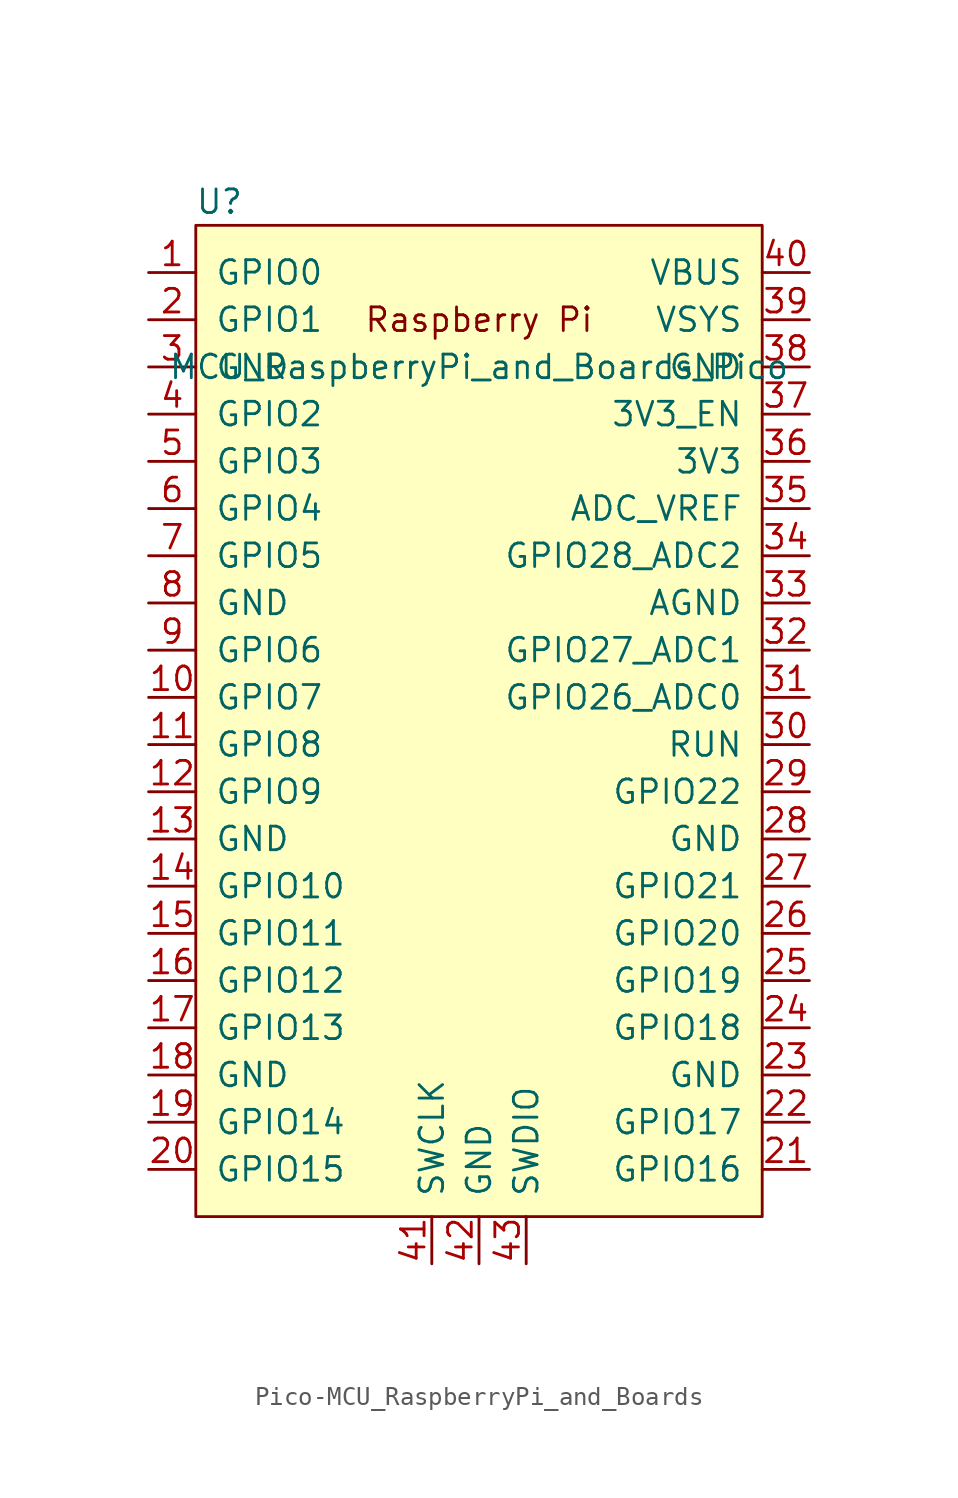
<source format=kicad_sym>
(kicad_symbol_lib
  (version 20220914)
  (generator kicad_symbol_editor)
  (symbol "Pico-MCU_RaspberryPi_and_Boards"
    (pin_names
      (offset 1.016))
    (property "Reference" "U"
      (at -13.97 27.94 0)
      (effects (font (size 1.27 1.27))))
    (property "Value" "MCU_RaspberryPi_and_Boards_Pico"
      (at 0 19.05 0)
      (effects (font (size 1.27 1.27))))
    (symbol "Pico-MCU_RaspberryPi_and_Boards_0_0"
      (text "Raspberry Pi" (at 0 21.59 0) (effects (font (size 1.27 1.27)))))
    (symbol "Pico-MCU_RaspberryPi_and_Boards_0_1"
      (rectangle (start -15.24 26.67) (end 15.24 -26.67) (stroke (width 0) (type solid)) (fill (type background))))
    (symbol "Pico-MCU_RaspberryPi_and_Boards_1_1"
      (pin bidirectional line (at -17.78 24.13 0) (length 2.54) (name "GPIO0" (effects (font (size 1.27 1.27)))) (number "1" (effects (font (size 1.27 1.27)))))
      (pin bidirectional line (at -17.78 1.27 0) (length 2.54) (name "GPIO7" (effects (font (size 1.27 1.27)))) (number "10" (effects (font (size 1.27 1.27)))))
      (pin bidirectional line (at -17.78 -1.27 0) (length 2.54) (name "GPIO8" (effects (font (size 1.27 1.27)))) (number "11" (effects (font (size 1.27 1.27)))))
      (pin bidirectional line (at -17.78 -3.81 0) (length 2.54) (name "GPIO9" (effects (font (size 1.27 1.27)))) (number "12" (effects (font (size 1.27 1.27)))))
      (pin power_in line (at -17.78 -6.35 0) (length 2.54) (name "GND" (effects (font (size 1.27 1.27)))) (number "13" (effects (font (size 1.27 1.27)))))
      (pin bidirectional line (at -17.78 -8.89 0) (length 2.54) (name "GPIO10" (effects (font (size 1.27 1.27)))) (number "14" (effects (font (size 1.27 1.27)))))
      (pin bidirectional line (at -17.78 -11.43 0) (length 2.54) (name "GPIO11" (effects (font (size 1.27 1.27)))) (number "15" (effects (font (size 1.27 1.27)))))
      (pin bidirectional line (at -17.78 -13.97 0) (length 2.54) (name "GPIO12" (effects (font (size 1.27 1.27)))) (number "16" (effects (font (size 1.27 1.27)))))
      (pin bidirectional line (at -17.78 -16.51 0) (length 2.54) (name "GPIO13" (effects (font (size 1.27 1.27)))) (number "17" (effects (font (size 1.27 1.27)))))
      (pin power_in line (at -17.78 -19.05 0) (length 2.54) (name "GND" (effects (font (size 1.27 1.27)))) (number "18" (effects (font (size 1.27 1.27)))))
      (pin bidirectional line (at -17.78 -21.59 0) (length 2.54) (name "GPIO14" (effects (font (size 1.27 1.27)))) (number "19" (effects (font (size 1.27 1.27)))))
      (pin bidirectional line (at -17.78 21.59 0) (length 2.54) (name "GPIO1" (effects (font (size 1.27 1.27)))) (number "2" (effects (font (size 1.27 1.27)))))
      (pin bidirectional line (at -17.78 -24.13 0) (length 2.54) (name "GPIO15" (effects (font (size 1.27 1.27)))) (number "20" (effects (font (size 1.27 1.27)))))
      (pin bidirectional line (at 17.78 -24.13 180) (length 2.54) (name "GPIO16" (effects (font (size 1.27 1.27)))) (number "21" (effects (font (size 1.27 1.27)))))
      (pin bidirectional line (at 17.78 -21.59 180) (length 2.54) (name "GPIO17" (effects (font (size 1.27 1.27)))) (number "22" (effects (font (size 1.27 1.27)))))
      (pin power_in line (at 17.78 -19.05 180) (length 2.54) (name "GND" (effects (font (size 1.27 1.27)))) (number "23" (effects (font (size 1.27 1.27)))))
      (pin bidirectional line (at 17.78 -16.51 180) (length 2.54) (name "GPIO18" (effects (font (size 1.27 1.27)))) (number "24" (effects (font (size 1.27 1.27)))))
      (pin bidirectional line (at 17.78 -13.97 180) (length 2.54) (name "GPIO19" (effects (font (size 1.27 1.27)))) (number "25" (effects (font (size 1.27 1.27)))))
      (pin bidirectional line (at 17.78 -11.43 180) (length 2.54) (name "GPIO20" (effects (font (size 1.27 1.27)))) (number "26" (effects (font (size 1.27 1.27)))))
      (pin bidirectional line (at 17.78 -8.89 180) (length 2.54) (name "GPIO21" (effects (font (size 1.27 1.27)))) (number "27" (effects (font (size 1.27 1.27)))))
      (pin power_in line (at 17.78 -6.35 180) (length 2.54) (name "GND" (effects (font (size 1.27 1.27)))) (number "28" (effects (font (size 1.27 1.27)))))
      (pin bidirectional line (at 17.78 -3.81 180) (length 2.54) (name "GPIO22" (effects (font (size 1.27 1.27)))) (number "29" (effects (font (size 1.27 1.27)))))
      (pin power_in line (at -17.78 19.05 0) (length 2.54) (name "GND" (effects (font (size 1.27 1.27)))) (number "3" (effects (font (size 1.27 1.27)))))
      (pin input line (at 17.78 -1.27 180) (length 2.54) (name "RUN" (effects (font (size 1.27 1.27)))) (number "30" (effects (font (size 1.27 1.27)))))
      (pin bidirectional line (at 17.78 1.27 180) (length 2.54) (name "GPIO26_ADC0" (effects (font (size 1.27 1.27)))) (number "31" (effects (font (size 1.27 1.27)))))
      (pin bidirectional line (at 17.78 3.81 180) (length 2.54) (name "GPIO27_ADC1" (effects (font (size 1.27 1.27)))) (number "32" (effects (font (size 1.27 1.27)))))
      (pin power_in line (at 17.78 6.35 180) (length 2.54) (name "AGND" (effects (font (size 1.27 1.27)))) (number "33" (effects (font (size 1.27 1.27)))))
      (pin bidirectional line (at 17.78 8.89 180) (length 2.54) (name "GPIO28_ADC2" (effects (font (size 1.27 1.27)))) (number "34" (effects (font (size 1.27 1.27)))))
      (pin unspecified line (at 17.78 11.43 180) (length 2.54) (name "ADC_VREF" (effects (font (size 1.27 1.27)))) (number "35" (effects (font (size 1.27 1.27)))))
      (pin unspecified line (at 17.78 13.97 180) (length 2.54) (name "3V3" (effects (font (size 1.27 1.27)))) (number "36" (effects (font (size 1.27 1.27)))))
      (pin input line (at 17.78 16.51 180) (length 2.54) (name "3V3_EN" (effects (font (size 1.27 1.27)))) (number "37" (effects (font (size 1.27 1.27)))))
      (pin bidirectional line (at 17.78 19.05 180) (length 2.54) (name "GND" (effects (font (size 1.27 1.27)))) (number "38" (effects (font (size 1.27 1.27)))))
      (pin unspecified line (at 17.78 21.59 180) (length 2.54) (name "VSYS" (effects (font (size 1.27 1.27)))) (number "39" (effects (font (size 1.27 1.27)))))
      (pin bidirectional line (at -17.78 16.51 0) (length 2.54) (name "GPIO2" (effects (font (size 1.27 1.27)))) (number "4" (effects (font (size 1.27 1.27)))))
      (pin unspecified line (at 17.78 24.13 180) (length 2.54) (name "VBUS" (effects (font (size 1.27 1.27)))) (number "40" (effects (font (size 1.27 1.27)))))
      (pin input line (at -2.54 -29.21 90) (length 2.54) (name "SWCLK" (effects (font (size 1.27 1.27)))) (number "41" (effects (font (size 1.27 1.27)))))
      (pin power_in line (at 0 -29.21 90) (length 2.54) (name "GND" (effects (font (size 1.27 1.27)))) (number "42" (effects (font (size 1.27 1.27)))))
      (pin bidirectional line (at 2.54 -29.21 90) (length 2.54) (name "SWDIO" (effects (font (size 1.27 1.27)))) (number "43" (effects (font (size 1.27 1.27)))))
      (pin bidirectional line (at -17.78 13.97 0) (length 2.54) (name "GPIO3" (effects (font (size 1.27 1.27)))) (number "5" (effects (font (size 1.27 1.27)))))
      (pin bidirectional line (at -17.78 11.43 0) (length 2.54) (name "GPIO4" (effects (font (size 1.27 1.27)))) (number "6" (effects (font (size 1.27 1.27)))))
      (pin bidirectional line (at -17.78 8.89 0) (length 2.54) (name "GPIO5" (effects (font (size 1.27 1.27)))) (number "7" (effects (font (size 1.27 1.27)))))
      (pin power_in line (at -17.78 6.35 0) (length 2.54) (name "GND" (effects (font (size 1.27 1.27)))) (number "8" (effects (font (size 1.27 1.27)))))
      (pin bidirectional line (at -17.78 3.81 0) (length 2.54) (name "GPIO6" (effects (font (size 1.27 1.27)))) (number "9" (effects (font (size 1.27 1.27))))))))
</source>
